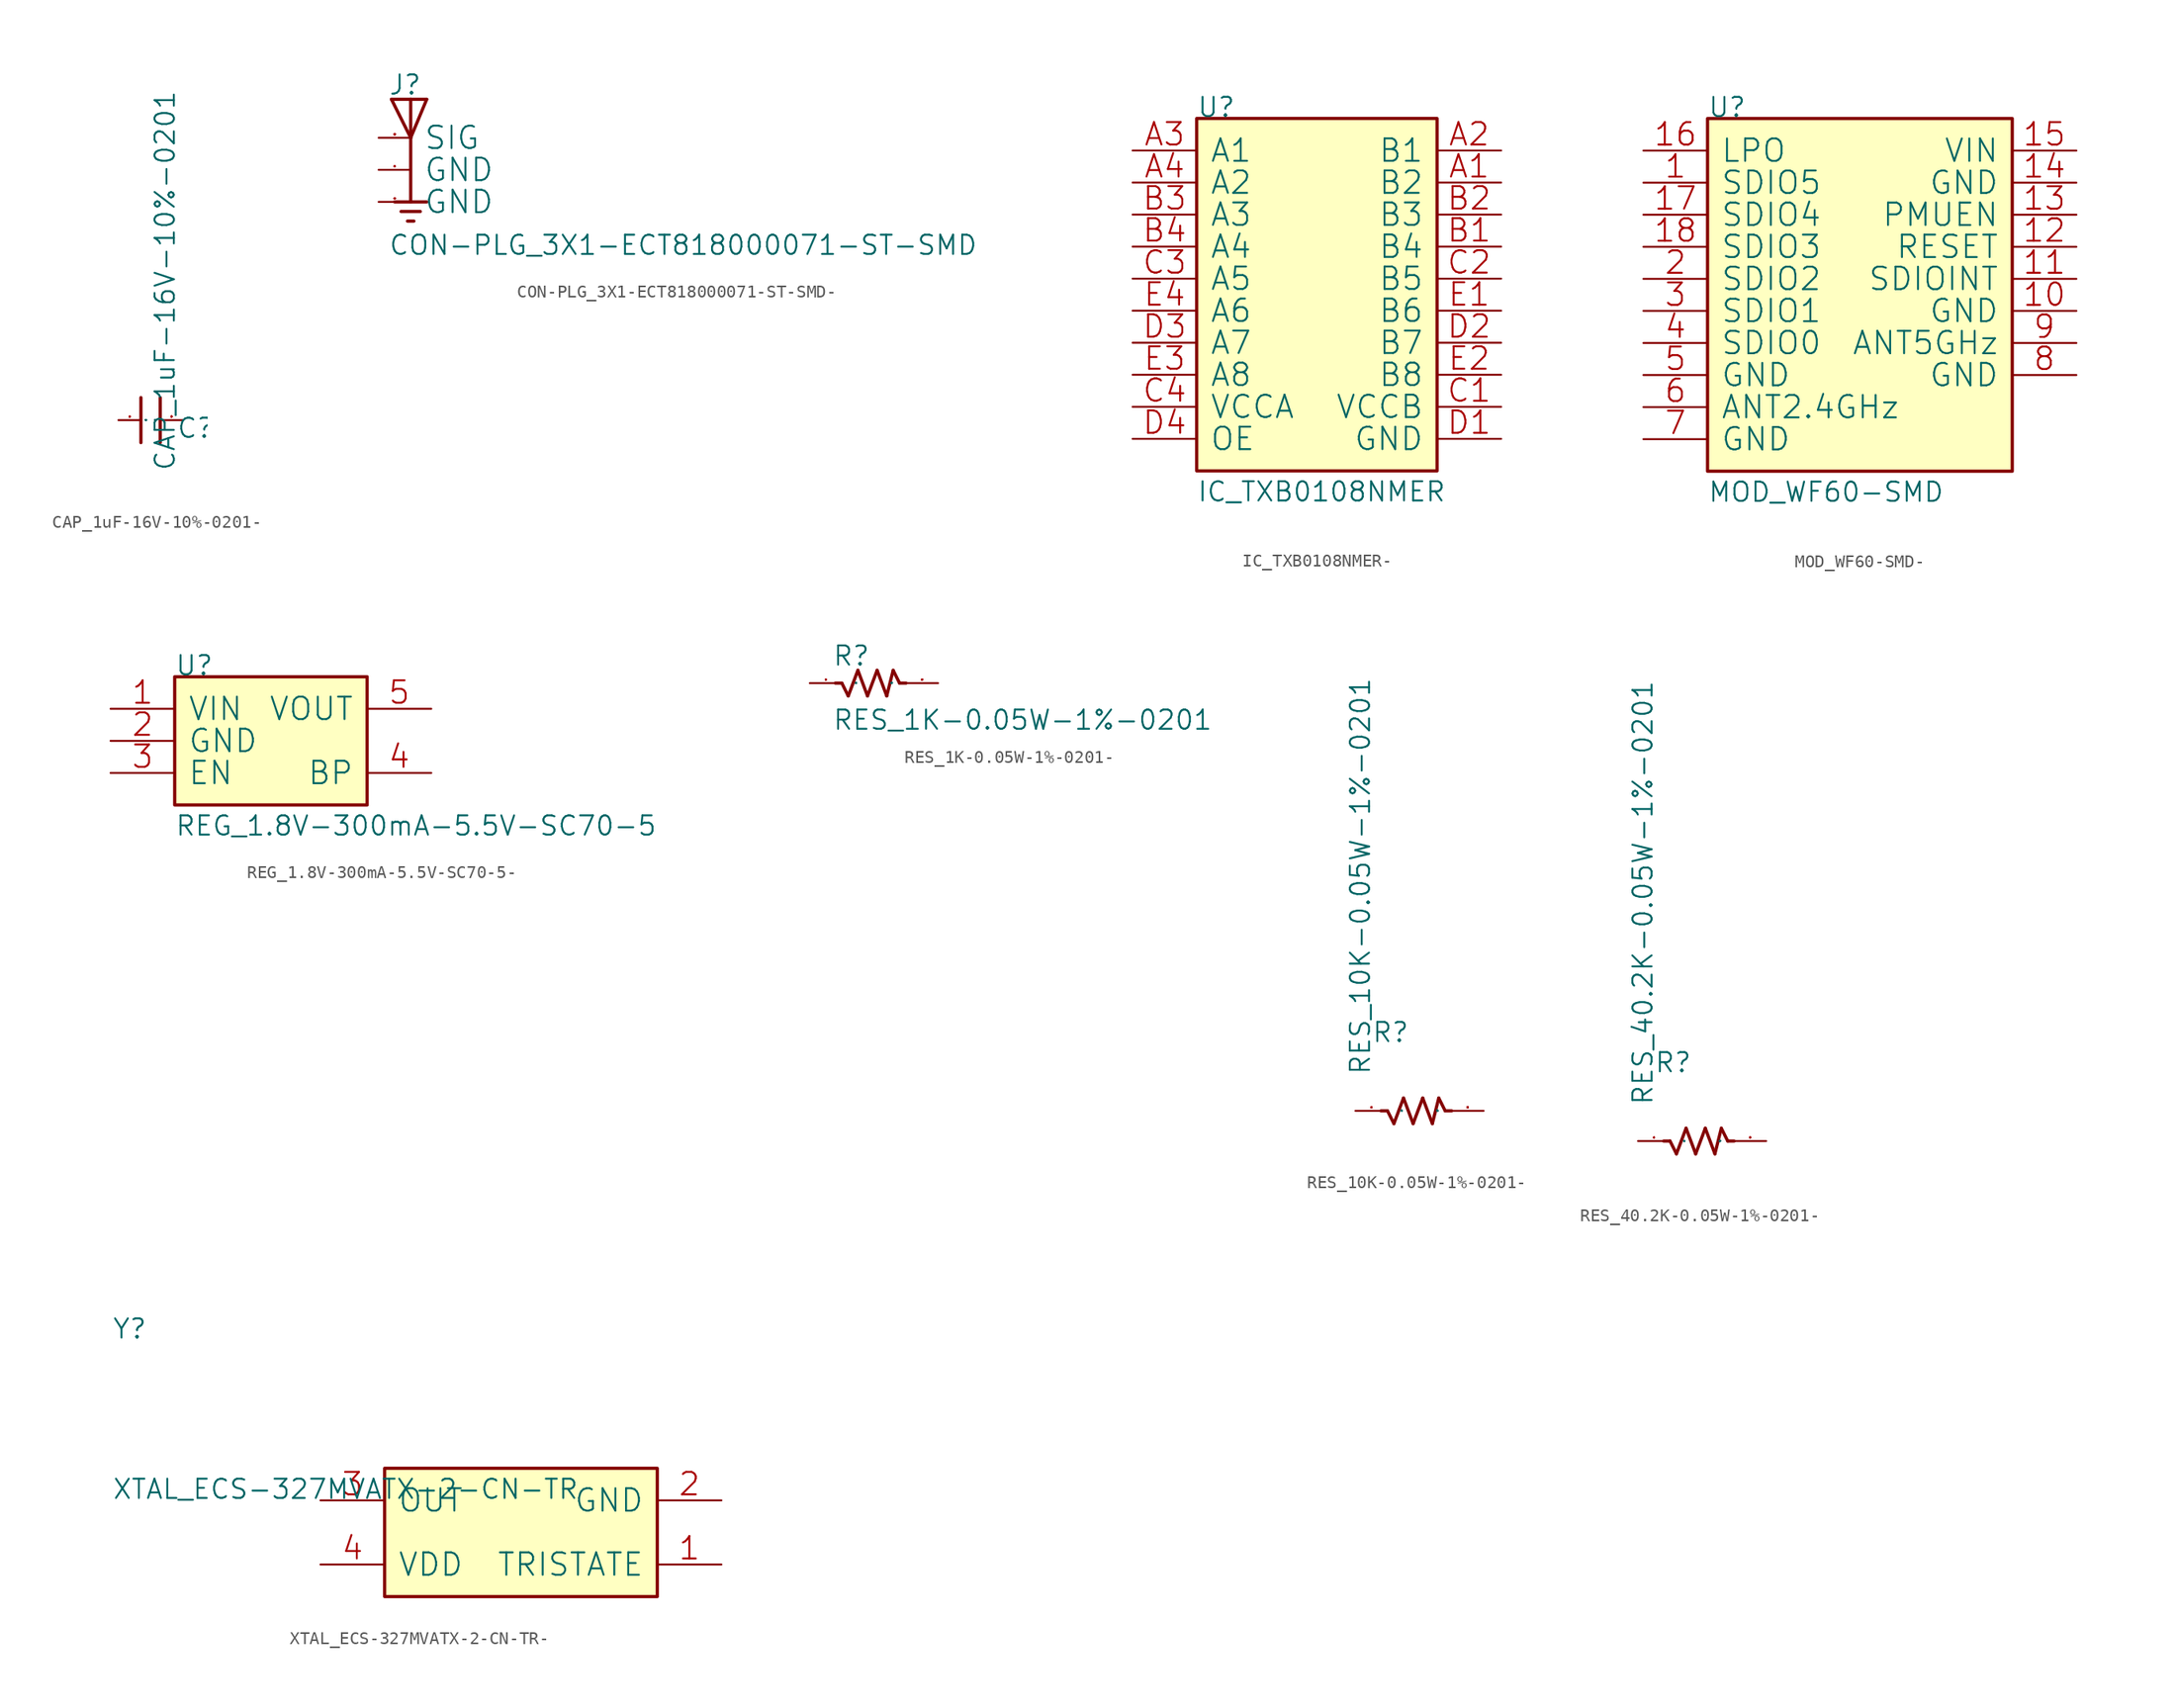
<source format=kicad_sym>
(kicad_symbol_lib
  (version 20220914)
  (generator kicad_symbol_editor)
  (symbol "CAP_1uF-16V-10%-0201-"
    (pin_names
      (offset 1.016))
    (property "Reference" "C"
      (at 2.032 -1.524 0)
      (effects (font (size 1.524 1.524)) (justify left bottom)))
    (property "Value" "CAP_1uF-16V-10%-0201"
      (at 2.032 -4.064 90)
      (effects (font (size 1.524 1.524)) (justify left bottom)))
    (property "Footprint" ""
      (at 0 0 0)
      (effects (font (size 1.524 1.524))))
    (property "Datasheet" ""
      (at 0 0 0)
      (effects (font (size 1.524 1.524))))
    (symbol "CAP_1uF-16V-10%-0201-_0_1"
      (polyline (pts (xy -0.762 1.778) (xy -0.762 -1.778)) (stroke (width 0.254) (type solid)) (fill (type none)))
      (polyline (pts (xy 0.762 1.778) (xy 0.762 -1.778)) (stroke (width 0.254) (type solid)) (fill (type none)))
      (pin passive line (at -2.54 0 0) (length 1.778) (name "1" (effects (font (size 0.025 0.025)))) (number "1" (effects (font (size 0.025 0.025)))))
      (pin passive line (at 2.54 0 180) (length 1.778) (name "2" (effects (font (size 0.025 0.025)))) (number "2" (effects (font (size 0.025 0.025)))))))
  (symbol "CON-PLG_3X1-ECT818000071-ST-SMD-"
    (pin_names
      (offset 1.016))
    (property "Reference" "J"
      (at -1.778 3.302 0)
      (effects (font (size 1.524 1.524)) (justify left bottom)))
    (property "Value" "CON-PLG_3X1-ECT818000071-ST-SMD"
      (at -1.778 -9.398 0)
      (effects (font (size 1.524 1.524)) (justify left bottom)))
    (property "Footprint" ""
      (at 0 0 0)
      (effects (font (size 1.524 1.524))))
    (property "Datasheet" ""
      (at 0 0 0)
      (effects (font (size 1.524 1.524))))
    (symbol "CON-PLG_3X1-ECT818000071-ST-SMD-_0_1"
      (polyline (pts (xy -1.524 3.048) (xy 0 3.048)) (stroke (width 0.254) (type solid)) (fill (type none)))
      (polyline (pts (xy -0.762 -5.842) (xy 0.762 -5.842)) (stroke (width 0.254) (type solid)) (fill (type none)))
      (polyline (pts (xy -0.254 -6.604) (xy 0.254 -6.604)) (stroke (width 0.254) (type solid)) (fill (type none)))
      (polyline (pts (xy 0 -5.08) (xy -1.27 -5.08)) (stroke (width 0.254) (type solid)) (fill (type none)))
      (polyline (pts (xy 0 -5.08) (xy 1.27 -5.08)) (stroke (width 0.254) (type solid)) (fill (type none)))
      (polyline (pts (xy 0 0) (xy -1.524 3.048)) (stroke (width 0.254) (type solid)) (fill (type none)))
      (polyline (pts (xy 0 0) (xy 0 -5.08)) (stroke (width 0.254) (type solid)) (fill (type none)))
      (polyline (pts (xy 0 3.048) (xy 0 0)) (stroke (width 0.254) (type solid)) (fill (type none)))
      (polyline (pts (xy 0 3.048) (xy 1.27 3.048)) (stroke (width 0.254) (type solid)) (fill (type none)))
      (polyline (pts (xy 1.27 3.048) (xy 0 0)) (stroke (width 0.254) (type solid)) (fill (type none)))
      (pin passive line (at -2.54 -2.54 0) (length 2.54) (name "GND" (effects (font (size 1.778 1.778)))) (number "1" (effects (font (size 0.025 0.025)))))
      (pin passive line (at -2.54 0 0) (length 2.54) (name "SIG" (effects (font (size 1.778 1.778)))) (number "2" (effects (font (size 0.025 0.025)))))
      (pin passive line (at -2.54 -5.08 0) (length 2.54) (name "GND" (effects (font (size 1.778 1.778)))) (number "3" (effects (font (size 0.025 0.025)))))))
  (symbol "IC_TXB0108NMER-"
    (pin_names
      (offset 1.016))
    (property "Reference" "U"
      (at 0 0 0)
      (effects (font (size 1.524 1.524)) (justify left bottom)))
    (property "Value" "IC_TXB0108NMER"
      (at 0 -30.48 0)
      (effects (font (size 1.524 1.524)) (justify left bottom)))
    (property "Footprint" ""
      (at 0 0 0)
      (effects (font (size 1.524 1.524))))
    (property "Datasheet" ""
      (at 0 0 0)
      (effects (font (size 1.524 1.524))))
    (symbol "IC_TXB0108NMER-_0_1"
      (rectangle (start 0 -27.94) (end 19.05 0) (stroke (width 0.254) (type solid)) (fill (type background)))
      (pin passive line (at 24.13 -5.08 180) (length 5.08) (name "B2" (effects (font (size 1.778 1.778)))) (number "A1" (effects (font (size 1.778 1.778)))))
      (pin passive line (at 24.13 -2.54 180) (length 5.08) (name "B1" (effects (font (size 1.778 1.778)))) (number "A2" (effects (font (size 1.778 1.778)))))
      (pin passive line (at -5.08 -2.54 0) (length 5.08) (name "A1" (effects (font (size 1.778 1.778)))) (number "A3" (effects (font (size 1.778 1.778)))))
      (pin passive line (at -5.08 -5.08 0) (length 5.08) (name "A2" (effects (font (size 1.778 1.778)))) (number "A4" (effects (font (size 1.778 1.778)))))
      (pin passive line (at 24.13 -10.16 180) (length 5.08) (name "B4" (effects (font (size 1.778 1.778)))) (number "B1" (effects (font (size 1.778 1.778)))))
      (pin passive line (at 24.13 -7.62 180) (length 5.08) (name "B3" (effects (font (size 1.778 1.778)))) (number "B2" (effects (font (size 1.778 1.778)))))
      (pin passive line (at -5.08 -7.62 0) (length 5.08) (name "A3" (effects (font (size 1.778 1.778)))) (number "B3" (effects (font (size 1.778 1.778)))))
      (pin passive line (at -5.08 -10.16 0) (length 5.08) (name "A4" (effects (font (size 1.778 1.778)))) (number "B4" (effects (font (size 1.778 1.778)))))
      (pin passive line (at 24.13 -22.86 180) (length 5.08) (name "VCCB" (effects (font (size 1.778 1.778)))) (number "C1" (effects (font (size 1.778 1.778)))))
      (pin passive line (at 24.13 -12.7 180) (length 5.08) (name "B5" (effects (font (size 1.778 1.778)))) (number "C2" (effects (font (size 1.778 1.778)))))
      (pin passive line (at -5.08 -12.7 0) (length 5.08) (name "A5" (effects (font (size 1.778 1.778)))) (number "C3" (effects (font (size 1.778 1.778)))))
      (pin passive line (at -5.08 -22.86 0) (length 5.08) (name "VCCA" (effects (font (size 1.778 1.778)))) (number "C4" (effects (font (size 1.778 1.778)))))
      (pin passive line (at 24.13 -25.4 180) (length 5.08) (name "GND" (effects (font (size 1.778 1.778)))) (number "D1" (effects (font (size 1.778 1.778)))))
      (pin passive line (at 24.13 -17.78 180) (length 5.08) (name "B7" (effects (font (size 1.778 1.778)))) (number "D2" (effects (font (size 1.778 1.778)))))
      (pin passive line (at -5.08 -17.78 0) (length 5.08) (name "A7" (effects (font (size 1.778 1.778)))) (number "D3" (effects (font (size 1.778 1.778)))))
      (pin passive line (at -5.08 -25.4 0) (length 5.08) (name "OE" (effects (font (size 1.778 1.778)))) (number "D4" (effects (font (size 1.778 1.778)))))
      (pin passive line (at 24.13 -15.24 180) (length 5.08) (name "B6" (effects (font (size 1.778 1.778)))) (number "E1" (effects (font (size 1.778 1.778)))))
      (pin passive line (at 24.13 -20.32 180) (length 5.08) (name "B8" (effects (font (size 1.778 1.778)))) (number "E2" (effects (font (size 1.778 1.778)))))
      (pin passive line (at -5.08 -20.32 0) (length 5.08) (name "A8" (effects (font (size 1.778 1.778)))) (number "E3" (effects (font (size 1.778 1.778)))))
      (pin passive line (at -5.08 -15.24 0) (length 5.08) (name "A6" (effects (font (size 1.778 1.778)))) (number "E4" (effects (font (size 1.778 1.778)))))))
  (symbol "MOD_WF60-SMD-"
    (pin_names
      (offset 1.016))
    (property "Reference" "U"
      (at 0 0 0)
      (effects (font (size 1.524 1.524)) (justify left bottom)))
    (property "Value" "MOD_WF60-SMD"
      (at 0 -30.48 0)
      (effects (font (size 1.524 1.524)) (justify left bottom)))
    (property "Footprint" ""
      (at 0 0 0)
      (effects (font (size 1.524 1.524))))
    (property "Datasheet" ""
      (at 0 0 0)
      (effects (font (size 1.524 1.524))))
    (symbol "MOD_WF60-SMD-_0_1"
      (rectangle (start 0 -27.94) (end 24.13 0) (stroke (width 0.254) (type solid)) (fill (type background)))
      (pin passive line (at -5.08 -5.08 0) (length 5.08) (name "SDIO5" (effects (font (size 1.778 1.778)))) (number "1" (effects (font (size 1.778 1.778)))))
      (pin passive line (at 29.21 -15.24 180) (length 5.08) (name "GND" (effects (font (size 1.778 1.778)))) (number "10" (effects (font (size 1.778 1.778)))))
      (pin passive line (at 29.21 -12.7 180) (length 5.08) (name "SDIOINT" (effects (font (size 1.778 1.778)))) (number "11" (effects (font (size 1.778 1.778)))))
      (pin passive line (at 29.21 -10.16 180) (length 5.08) (name "RESET" (effects (font (size 1.778 1.778)))) (number "12" (effects (font (size 1.778 1.778)))))
      (pin passive line (at 29.21 -7.62 180) (length 5.08) (name "PMUEN" (effects (font (size 1.778 1.778)))) (number "13" (effects (font (size 1.778 1.778)))))
      (pin passive line (at 29.21 -5.08 180) (length 5.08) (name "GND" (effects (font (size 1.778 1.778)))) (number "14" (effects (font (size 1.778 1.778)))))
      (pin passive line (at 29.21 -2.54 180) (length 5.08) (name "VIN" (effects (font (size 1.778 1.778)))) (number "15" (effects (font (size 1.778 1.778)))))
      (pin passive line (at -5.08 -2.54 0) (length 5.08) (name "LPO" (effects (font (size 1.778 1.778)))) (number "16" (effects (font (size 1.778 1.778)))))
      (pin passive line (at -5.08 -7.62 0) (length 5.08) (name "SDIO4" (effects (font (size 1.778 1.778)))) (number "17" (effects (font (size 1.778 1.778)))))
      (pin passive line (at -5.08 -10.16 0) (length 5.08) (name "SDIO3" (effects (font (size 1.778 1.778)))) (number "18" (effects (font (size 1.778 1.778)))))
      (pin passive line (at -5.08 -12.7 0) (length 5.08) (name "SDIO2" (effects (font (size 1.778 1.778)))) (number "2" (effects (font (size 1.778 1.778)))))
      (pin passive line (at -5.08 -15.24 0) (length 5.08) (name "SDIO1" (effects (font (size 1.778 1.778)))) (number "3" (effects (font (size 1.778 1.778)))))
      (pin passive line (at -5.08 -17.78 0) (length 5.08) (name "SDIO0" (effects (font (size 1.778 1.778)))) (number "4" (effects (font (size 1.778 1.778)))))
      (pin passive line (at -5.08 -20.32 0) (length 5.08) (name "GND" (effects (font (size 1.778 1.778)))) (number "5" (effects (font (size 1.778 1.778)))))
      (pin passive line (at -5.08 -22.86 0) (length 5.08) (name "ANT2.4GHz" (effects (font (size 1.778 1.778)))) (number "6" (effects (font (size 1.778 1.778)))))
      (pin passive line (at -5.08 -25.4 0) (length 5.08) (name "GND" (effects (font (size 1.778 1.778)))) (number "7" (effects (font (size 1.778 1.778)))))
      (pin passive line (at 29.21 -20.32 180) (length 5.08) (name "GND" (effects (font (size 1.778 1.778)))) (number "8" (effects (font (size 1.778 1.778)))))
      (pin passive line (at 29.21 -17.78 180) (length 5.08) (name "ANT5GHz" (effects (font (size 1.778 1.778)))) (number "9" (effects (font (size 1.778 1.778)))))))
  (symbol "REG_1.8V-300mA-5.5V-SC70-5-"
    (pin_names
      (offset 1.016))
    (property "Reference" "U"
      (at 0 0 0)
      (effects (font (size 1.524 1.524)) (justify left bottom)))
    (property "Value" "REG_1.8V-300mA-5.5V-SC70-5"
      (at 0 -12.7 0)
      (effects (font (size 1.524 1.524)) (justify left bottom)))
    (property "Footprint" ""
      (at 0 0 0)
      (effects (font (size 1.524 1.524))))
    (property "Datasheet" ""
      (at 0 0 0)
      (effects (font (size 1.524 1.524))))
    (symbol "REG_1.8V-300mA-5.5V-SC70-5-_0_1"
      (rectangle (start 0 -10.16) (end 15.24 0) (stroke (width 0.254) (type solid)) (fill (type background)))
      (pin passive line (at -5.08 -2.54 0) (length 5.08) (name "VIN" (effects (font (size 1.778 1.778)))) (number "1" (effects (font (size 1.778 1.778)))))
      (pin passive line (at -5.08 -5.08 0) (length 5.08) (name "GND" (effects (font (size 1.778 1.778)))) (number "2" (effects (font (size 1.778 1.778)))))
      (pin passive line (at -5.08 -7.62 0) (length 5.08) (name "EN" (effects (font (size 1.778 1.778)))) (number "3" (effects (font (size 1.778 1.778)))))
      (pin passive line (at 20.32 -7.62 180) (length 5.08) (name "BP" (effects (font (size 1.778 1.778)))) (number "4" (effects (font (size 1.778 1.778)))))
      (pin passive line (at 20.32 -2.54 180) (length 5.08) (name "VOUT" (effects (font (size 1.778 1.778)))) (number "5" (effects (font (size 1.778 1.778)))))))
  (symbol "RES_1K-0.05W-1%-0201-"
    (pin_names
      (offset 1.016))
    (property "Reference" "R"
      (at 1.778 1.27 0)
      (effects (font (size 1.524 1.524)) (justify left bottom)))
    (property "Value" "RES_1K-0.05W-1%-0201"
      (at 1.778 -3.81 0)
      (effects (font (size 1.524 1.524)) (justify left bottom)))
    (property "Footprint" ""
      (at 0 0 0)
      (effects (font (size 1.524 1.524))))
    (property "Datasheet" ""
      (at 0 0 0)
      (effects (font (size 1.524 1.524))))
    (symbol "RES_1K-0.05W-1%-0201-_0_1"
      (polyline (pts (xy 2.032 0) (xy 2.54 0)) (stroke (width 0.254) (type solid)) (fill (type none)))
      (polyline (pts (xy 3.048 -1.016) (xy 2.54 0)) (stroke (width 0.254) (type solid)) (fill (type none)))
      (polyline (pts (xy 3.048 -1.016) (xy 3.81 1.016)) (stroke (width 0.254) (type solid)) (fill (type none)))
      (polyline (pts (xy 4.572 -1.016) (xy 3.81 1.016)) (stroke (width 0.254) (type solid)) (fill (type none)))
      (polyline (pts (xy 4.572 -1.016) (xy 5.334 1.016)) (stroke (width 0.254) (type solid)) (fill (type none)))
      (polyline (pts (xy 5.334 1.016) (xy 6.096 -1.016)) (stroke (width 0.254) (type solid)) (fill (type none)))
      (polyline (pts (xy 6.604 1.016) (xy 6.096 -1.016)) (stroke (width 0.254) (type solid)) (fill (type none)))
      (polyline (pts (xy 6.604 1.016) (xy 7.112 0)) (stroke (width 0.254) (type solid)) (fill (type none)))
      (polyline (pts (xy 7.62 0) (xy 7.112 0)) (stroke (width 0.254) (type solid)) (fill (type none)))
      (pin passive line (at 0 0 0) (length 2.54) (name "1" (effects (font (size 0.025 0.025)))) (number "1" (effects (font (size 0.025 0.025)))))
      (pin passive line (at 10.16 0 180) (length 2.54) (name "2" (effects (font (size 0.025 0.025)))) (number "2" (effects (font (size 0.025 0.025)))))))
  (symbol "RES_10K-0.05W-1%-0201-"
    (pin_names
      (offset 1.016))
    (property "Reference" "R"
      (at 1.27 5.334 0)
      (effects (font (size 1.524 1.524)) (justify left bottom)))
    (property "Value" "RES_10K-0.05W-1%-0201"
      (at 1.27 2.794 90)
      (effects (font (size 1.524 1.524)) (justify left bottom)))
    (property "Footprint" ""
      (at 0 0 0)
      (effects (font (size 1.524 1.524))))
    (property "Datasheet" ""
      (at 0 0 0)
      (effects (font (size 1.524 1.524))))
    (symbol "RES_10K-0.05W-1%-0201-_0_1"
      (polyline (pts (xy 2.032 0) (xy 2.54 0)) (stroke (width 0.254) (type solid)) (fill (type none)))
      (polyline (pts (xy 3.048 -1.016) (xy 2.54 0)) (stroke (width 0.254) (type solid)) (fill (type none)))
      (polyline (pts (xy 3.048 -1.016) (xy 3.81 1.016)) (stroke (width 0.254) (type solid)) (fill (type none)))
      (polyline (pts (xy 4.572 -1.016) (xy 3.81 1.016)) (stroke (width 0.254) (type solid)) (fill (type none)))
      (polyline (pts (xy 4.572 -1.016) (xy 5.334 1.016)) (stroke (width 0.254) (type solid)) (fill (type none)))
      (polyline (pts (xy 5.334 1.016) (xy 6.096 -1.016)) (stroke (width 0.254) (type solid)) (fill (type none)))
      (polyline (pts (xy 6.604 1.016) (xy 6.096 -1.016)) (stroke (width 0.254) (type solid)) (fill (type none)))
      (polyline (pts (xy 6.604 1.016) (xy 7.112 0)) (stroke (width 0.254) (type solid)) (fill (type none)))
      (polyline (pts (xy 7.62 0) (xy 7.112 0)) (stroke (width 0.254) (type solid)) (fill (type none)))
      (pin passive line (at 0 0 0) (length 2.54) (name "1" (effects (font (size 0.025 0.025)))) (number "1" (effects (font (size 0.025 0.025)))))
      (pin passive line (at 10.16 0 180) (length 2.54) (name "2" (effects (font (size 0.025 0.025)))) (number "2" (effects (font (size 0.025 0.025)))))))
  (symbol "RES_40.2K-0.05W-1%-0201-"
    (pin_names
      (offset 1.016))
    (property "Reference" "R"
      (at 1.27 5.334 0)
      (effects (font (size 1.524 1.524)) (justify left bottom)))
    (property "Value" "RES_40.2K-0.05W-1%-0201"
      (at 1.27 2.794 90)
      (effects (font (size 1.524 1.524)) (justify left bottom)))
    (property "Footprint" ""
      (at 0 0 0)
      (effects (font (size 1.524 1.524))))
    (property "Datasheet" ""
      (at 0 0 0)
      (effects (font (size 1.524 1.524))))
    (symbol "RES_40.2K-0.05W-1%-0201-_0_1"
      (polyline (pts (xy 2.032 0) (xy 2.54 0)) (stroke (width 0.254) (type solid)) (fill (type none)))
      (polyline (pts (xy 3.048 -1.016) (xy 2.54 0)) (stroke (width 0.254) (type solid)) (fill (type none)))
      (polyline (pts (xy 3.048 -1.016) (xy 3.81 1.016)) (stroke (width 0.254) (type solid)) (fill (type none)))
      (polyline (pts (xy 4.572 -1.016) (xy 3.81 1.016)) (stroke (width 0.254) (type solid)) (fill (type none)))
      (polyline (pts (xy 4.572 -1.016) (xy 5.334 1.016)) (stroke (width 0.254) (type solid)) (fill (type none)))
      (polyline (pts (xy 5.334 1.016) (xy 6.096 -1.016)) (stroke (width 0.254) (type solid)) (fill (type none)))
      (polyline (pts (xy 6.604 1.016) (xy 6.096 -1.016)) (stroke (width 0.254) (type solid)) (fill (type none)))
      (polyline (pts (xy 6.604 1.016) (xy 7.112 0)) (stroke (width 0.254) (type solid)) (fill (type none)))
      (polyline (pts (xy 7.62 0) (xy 7.112 0)) (stroke (width 0.254) (type solid)) (fill (type none)))
      (pin passive line (at 0 0 0) (length 2.54) (name "1" (effects (font (size 0.025 0.025)))) (number "1" (effects (font (size 0.025 0.025)))))
      (pin passive line (at 10.16 0 180) (length 2.54) (name "2" (effects (font (size 0.025 0.025)))) (number "2" (effects (font (size 0.025 0.025)))))))
  (symbol "XTAL_ECS-327MVATX-2-CN-TR-"
    (pin_names
      (offset 1.016))
    (property "Reference" "Y"
      (at -21.59 10.16 0)
      (effects (font (size 1.524 1.524)) (justify left bottom)))
    (property "Value" "XTAL_ECS-327MVATX-2-CN-TR"
      (at -21.59 -2.54 0)
      (effects (font (size 1.524 1.524)) (justify left bottom)))
    (property "Footprint" ""
      (at 0 0 0)
      (effects (font (size 1.524 1.524))))
    (property "Datasheet" ""
      (at 0 0 0)
      (effects (font (size 1.524 1.524))))
    (symbol "XTAL_ECS-327MVATX-2-CN-TR-_0_1"
      (rectangle (start 21.59 0) (end 0 -10.16) (stroke (width 0.254) (type solid)) (fill (type background)))
      (pin passive line (at 26.67 -7.62 180) (length 5.08) (name "TRISTATE" (effects (font (size 1.778 1.778)))) (number "1" (effects (font (size 1.778 1.778)))))
      (pin passive line (at 26.67 -2.54 180) (length 5.08) (name "GND" (effects (font (size 1.778 1.778)))) (number "2" (effects (font (size 1.778 1.778)))))
      (pin passive line (at -5.08 -2.54 0) (length 5.08) (name "OUT" (effects (font (size 1.778 1.778)))) (number "3" (effects (font (size 1.778 1.778)))))
      (pin passive line (at -5.08 -7.62 0) (length 5.08) (name "VDD" (effects (font (size 1.778 1.778)))) (number "4" (effects (font (size 1.778 1.778))))))))
</source>
